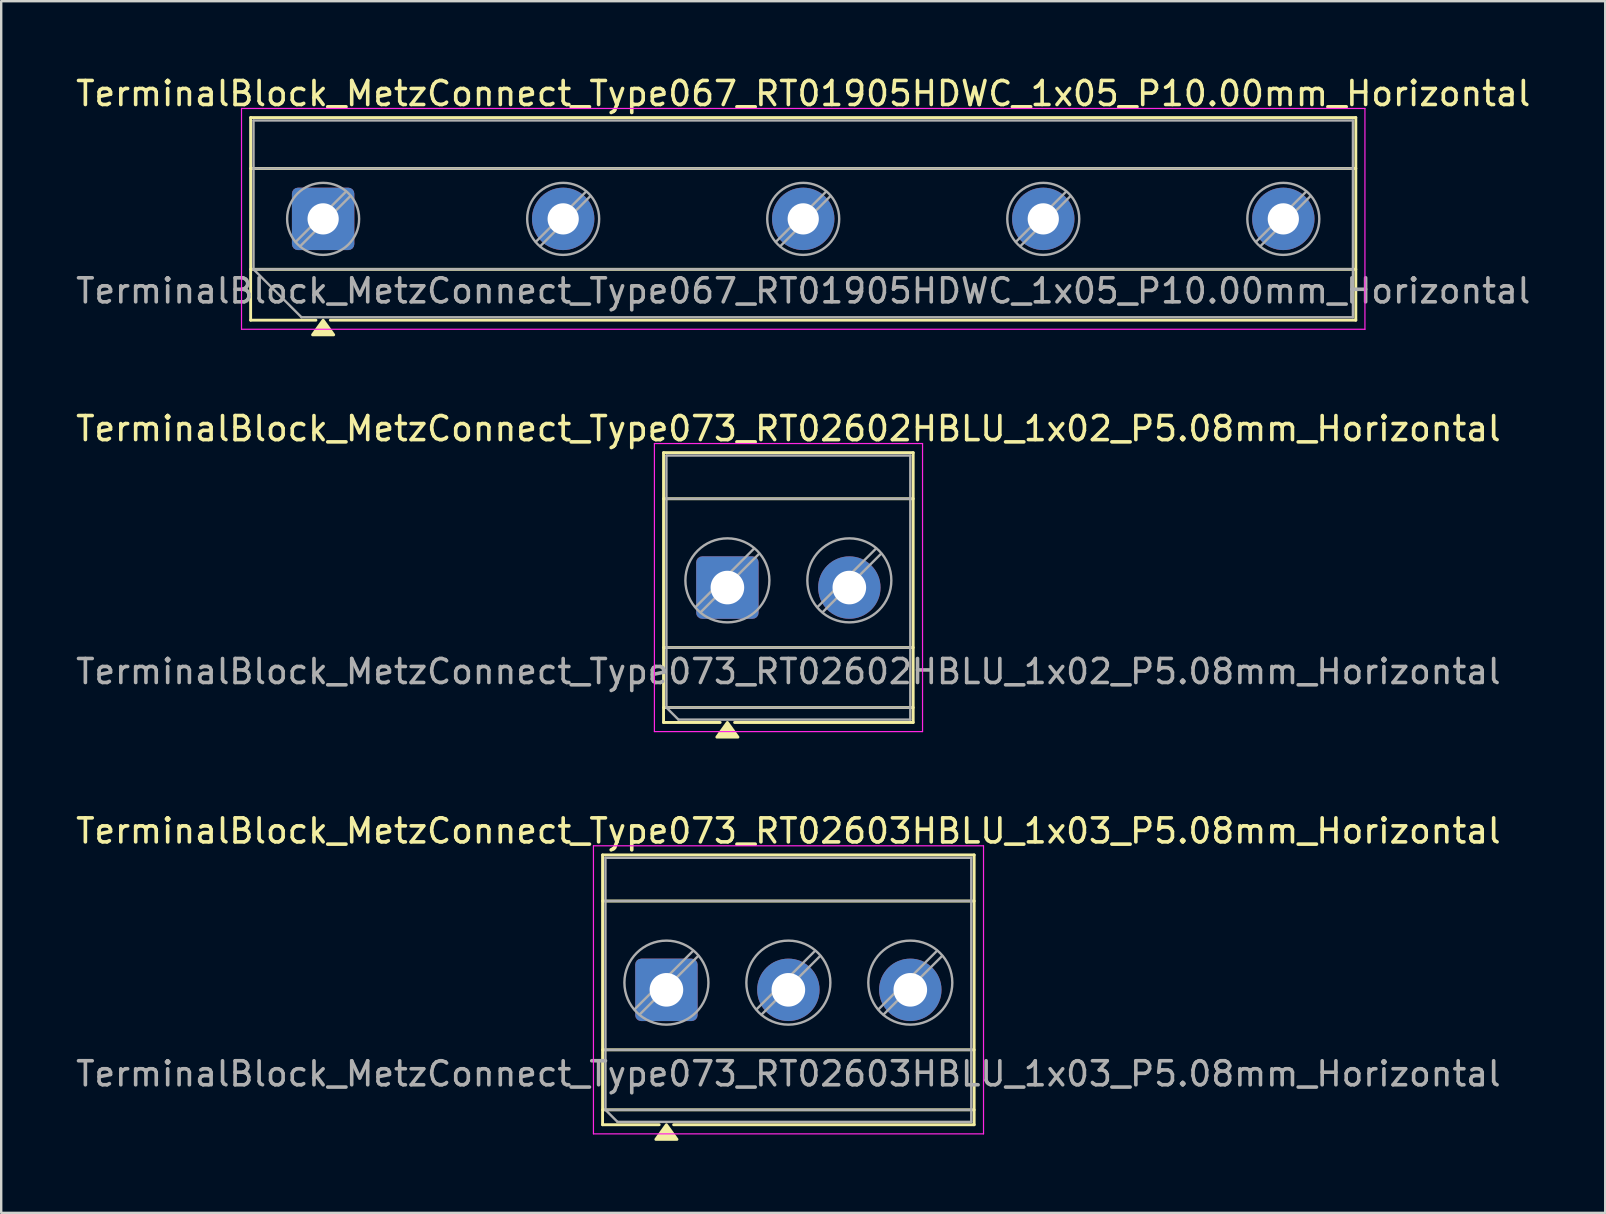
<source format=kicad_pcb>
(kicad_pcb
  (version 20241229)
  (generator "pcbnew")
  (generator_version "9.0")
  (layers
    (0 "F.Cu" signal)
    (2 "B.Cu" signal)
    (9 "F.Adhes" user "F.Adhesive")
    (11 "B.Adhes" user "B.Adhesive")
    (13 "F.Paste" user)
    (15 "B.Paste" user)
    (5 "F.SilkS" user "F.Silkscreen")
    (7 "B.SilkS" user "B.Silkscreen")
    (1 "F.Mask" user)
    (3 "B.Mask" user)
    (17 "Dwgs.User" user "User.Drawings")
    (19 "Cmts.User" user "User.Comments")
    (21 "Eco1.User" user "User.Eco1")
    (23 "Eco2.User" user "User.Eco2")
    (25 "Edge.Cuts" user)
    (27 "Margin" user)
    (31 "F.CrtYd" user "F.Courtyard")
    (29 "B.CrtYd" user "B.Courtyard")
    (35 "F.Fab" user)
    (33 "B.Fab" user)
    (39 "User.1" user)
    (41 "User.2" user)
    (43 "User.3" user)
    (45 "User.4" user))
  (footprint "TerminalBlock_MetzConnect_Type073_RT02603HBLU_1x03_P5.08mm_Horizontal"
    (layer "F.Cu")
    (at 24.712 38.185)
    (property "Reference" "TerminalBlock_MetzConnect_Type073_RT02603HBLU_1x03_P5.08mm_Horizontal" (at 5.08 -6.62 0) (layer "F.SilkS") (effects (font (size 1 1) (thickness 0.15))))
    (attr through_hole)
    (fp_line (start -2.66 -5.62) (end -2.66 5.62) (stroke (width 0.12) (type solid)) (layer "F.SilkS"))
    (fp_line (start -2.66 -5.62) (end 12.82 -5.62) (stroke (width 0.12) (type solid)) (layer "F.SilkS"))
    (fp_line (start -2.66 -3.7) (end 12.82 -3.7) (stroke (width 0.12) (type solid)) (layer "F.SilkS"))
    (fp_line (start -2.66 2.5) (end 12.82 2.5) (stroke (width 0.12) (type solid)) (layer "F.SilkS"))
    (fp_line (start -2.66 5) (end 12.82 5) (stroke (width 0.12) (type solid)) (layer "F.SilkS"))
    (fp_line (start -2.66 5.62) (end -0.3 5.62) (stroke (width 0.12) (type solid)) (layer "F.SilkS"))
    (fp_line (start 0.3 5.62) (end 12.82 5.62) (stroke (width 0.12) (type solid)) (layer "F.SilkS"))
    (fp_line (start 12.82 -5.62) (end 12.82 5.62) (stroke (width 0.12) (type solid)) (layer "F.SilkS"))
    (fp_poly (pts (xy 0 5.62) (xy 0.44 6.23) (xy -0.44 6.23)) (stroke (width 0.12) (type solid)) (fill yes) (layer "F.SilkS"))
    (fp_line (start -3.04 -6) (end -3.04 6) (stroke (width 0.05) (type solid)) (layer "F.CrtYd"))
    (fp_line (start -3.04 6) (end 13.21 6) (stroke (width 0.05) (type solid)) (layer "F.CrtYd"))
    (fp_line (start 13.21 -6) (end -3.04 -6) (stroke (width 0.05) (type solid)) (layer "F.CrtYd"))
    (fp_line (start 13.21 6) (end 13.21 -6) (stroke (width 0.05) (type solid)) (layer "F.CrtYd"))
    (fp_line (start -2.54 -5.5) (end 12.7 -5.5) (stroke (width 0.1) (type solid)) (layer "F.Fab"))
    (fp_line (start -2.54 -3.7) (end 12.7 -3.7) (stroke (width 0.1) (type solid)) (layer "F.Fab"))
    (fp_line (start -2.54 2.5) (end 12.7 2.5) (stroke (width 0.1) (type solid)) (layer "F.Fab"))
    (fp_line (start -2.54 5) (end -2.54 -5.5) (stroke (width 0.1) (type solid)) (layer "F.Fab"))
    (fp_line (start -2.54 5) (end 12.7 5) (stroke (width 0.1) (type solid)) (layer "F.Fab"))
    (fp_line (start -2.04 5.5) (end -2.54 5) (stroke (width 0.1) (type solid)) (layer "F.Fab"))
    (fp_line (start 1.114 -1.627) (end -1.327 0.813) (stroke (width 0.1) (type solid)) (layer "F.Fab"))
    (fp_line (start 1.327 -1.414) (end -1.114 1.027) (stroke (width 0.1) (type solid)) (layer "F.Fab"))
    (fp_line (start 6.194 -1.627) (end 3.753 0.813) (stroke (width 0.1) (type solid)) (layer "F.Fab"))
    (fp_line (start 6.407 -1.414) (end 3.966 1.027) (stroke (width 0.1) (type solid)) (layer "F.Fab"))
    (fp_line (start 11.274 -1.627) (end 8.833 0.813) (stroke (width 0.1) (type solid)) (layer "F.Fab"))
    (fp_line (start 11.487 -1.414) (end 9.046 1.027) (stroke (width 0.1) (type solid)) (layer "F.Fab"))
    (fp_line (start 12.7 -5.5) (end 12.7 5.5) (stroke (width 0.1) (type solid)) (layer "F.Fab"))
    (fp_line (start 12.7 5.5) (end -2.04 5.5) (stroke (width 0.1) (type solid)) (layer "F.Fab"))
    (fp_circle (center 0 -0.3) (end 1.75 -0.3) (stroke (width 0.1) (type solid)) (fill no) (layer "F.Fab"))
    (fp_circle (center 5.08 -0.3) (end 6.83 -0.3) (stroke (width 0.1) (type solid)) (fill no) (layer "F.Fab"))
    (fp_circle (center 10.16 -0.3) (end 11.91 -0.3) (stroke (width 0.1) (type solid)) (fill no) (layer "F.Fab"))
    (fp_text user "${REFERENCE}" (at 5.08 3.5 0) (layer "F.Fab") (effects (font (size 1 1) (thickness 0.15))))
    (pad "1" thru_hole roundrect (at 0 0) (size 2.6 2.6) (drill 1.4) (layers "*.Cu" "*.Mask") (roundrect_rratio 0.096))
    (pad "2" thru_hole circle (at 5.08 0) (size 2.6 2.6) (drill 1.4) (layers "*.Cu" "*.Mask"))
    (pad "3" thru_hole circle (at 10.16 0) (size 2.6 2.6) (drill 1.4) (layers "*.Cu" "*.Mask")))
  (footprint "TerminalBlock_MetzConnect_Type073_RT02602HBLU_1x02_P5.08mm_Horizontal"
    (layer "F.Cu")
    (at 27.252 21.427)
    (property "Reference" "TerminalBlock_MetzConnect_Type073_RT02602HBLU_1x02_P5.08mm_Horizontal" (at 2.54 -6.62 0) (layer "F.SilkS") (effects (font (size 1 1) (thickness 0.15))))
    (attr through_hole)
    (fp_line (start -2.66 -5.62) (end -2.66 5.62) (stroke (width 0.12) (type solid)) (layer "F.SilkS"))
    (fp_line (start -2.66 -5.62) (end 7.74 -5.62) (stroke (width 0.12) (type solid)) (layer "F.SilkS"))
    (fp_line (start -2.66 -3.7) (end 7.74 -3.7) (stroke (width 0.12) (type solid)) (layer "F.SilkS"))
    (fp_line (start -2.66 2.5) (end 7.74 2.5) (stroke (width 0.12) (type solid)) (layer "F.SilkS"))
    (fp_line (start -2.66 5) (end 7.74 5) (stroke (width 0.12) (type solid)) (layer "F.SilkS"))
    (fp_line (start -2.66 5.62) (end -0.3 5.62) (stroke (width 0.12) (type solid)) (layer "F.SilkS"))
    (fp_line (start 0.3 5.62) (end 7.74 5.62) (stroke (width 0.12) (type solid)) (layer "F.SilkS"))
    (fp_line (start 7.74 -5.62) (end 7.74 5.62) (stroke (width 0.12) (type solid)) (layer "F.SilkS"))
    (fp_poly (pts (xy 0 5.62) (xy 0.44 6.23) (xy -0.44 6.23)) (stroke (width 0.12) (type solid)) (fill yes) (layer "F.SilkS"))
    (fp_line (start -3.04 -6) (end -3.04 6) (stroke (width 0.05) (type solid)) (layer "F.CrtYd"))
    (fp_line (start -3.04 6) (end 8.13 6) (stroke (width 0.05) (type solid)) (layer "F.CrtYd"))
    (fp_line (start 8.13 -6) (end -3.04 -6) (stroke (width 0.05) (type solid)) (layer "F.CrtYd"))
    (fp_line (start 8.13 6) (end 8.13 -6) (stroke (width 0.05) (type solid)) (layer "F.CrtYd"))
    (fp_line (start -2.54 -5.5) (end 7.62 -5.5) (stroke (width 0.1) (type solid)) (layer "F.Fab"))
    (fp_line (start -2.54 -3.7) (end 7.62 -3.7) (stroke (width 0.1) (type solid)) (layer "F.Fab"))
    (fp_line (start -2.54 2.5) (end 7.62 2.5) (stroke (width 0.1) (type solid)) (layer "F.Fab"))
    (fp_line (start -2.54 5) (end -2.54 -5.5) (stroke (width 0.1) (type solid)) (layer "F.Fab"))
    (fp_line (start -2.54 5) (end 7.62 5) (stroke (width 0.1) (type solid)) (layer "F.Fab"))
    (fp_line (start -2.04 5.5) (end -2.54 5) (stroke (width 0.1) (type solid)) (layer "F.Fab"))
    (fp_line (start 1.114 -1.627) (end -1.327 0.813) (stroke (width 0.1) (type solid)) (layer "F.Fab"))
    (fp_line (start 1.327 -1.414) (end -1.114 1.027) (stroke (width 0.1) (type solid)) (layer "F.Fab"))
    (fp_line (start 6.194 -1.627) (end 3.753 0.813) (stroke (width 0.1) (type solid)) (layer "F.Fab"))
    (fp_line (start 6.407 -1.414) (end 3.966 1.027) (stroke (width 0.1) (type solid)) (layer "F.Fab"))
    (fp_line (start 7.62 -5.5) (end 7.62 5.5) (stroke (width 0.1) (type solid)) (layer "F.Fab"))
    (fp_line (start 7.62 5.5) (end -2.04 5.5) (stroke (width 0.1) (type solid)) (layer "F.Fab"))
    (fp_circle (center 0 -0.3) (end 1.75 -0.3) (stroke (width 0.1) (type solid)) (fill no) (layer "F.Fab"))
    (fp_circle (center 5.08 -0.3) (end 6.83 -0.3) (stroke (width 0.1) (type solid)) (fill no) (layer "F.Fab"))
    (fp_text user "${REFERENCE}" (at 2.54 3.5 0) (layer "F.Fab") (effects (font (size 1 1) (thickness 0.15))))
    (pad "1" thru_hole roundrect (at 0 0) (size 2.6 2.6) (drill 1.4) (layers "*.Cu" "*.Mask") (roundrect_rratio 0.096))
    (pad "2" thru_hole circle (at 5.08 0) (size 2.6 2.6) (drill 1.4) (layers "*.Cu" "*.Mask")))
  (footprint "TerminalBlock_MetzConnect_Type067_RT01905HDWC_1x05_P10.00mm_Horizontal"
    (layer "F.Cu")
    (at 10.411 6.068)
    (property "Reference" "TerminalBlock_MetzConnect_Type067_RT01905HDWC_1x05_P10.00mm_Horizontal" (at 20 -5.22 0) (layer "F.SilkS") (effects (font (size 1 1) (thickness 0.15))))
    (attr through_hole)
    (fp_line (start -3.02 -4.22) (end -3.02 4.22) (stroke (width 0.12) (type solid)) (layer "F.SilkS"))
    (fp_line (start -3.02 -4.22) (end 43.02 -4.22) (stroke (width 0.12) (type solid)) (layer "F.SilkS"))
    (fp_line (start -3.02 -2.1) (end 43.02 -2.1) (stroke (width 0.12) (type solid)) (layer "F.SilkS"))
    (fp_line (start -3.02 2.1) (end 43.02 2.1) (stroke (width 0.12) (type solid)) (layer "F.SilkS"))
    (fp_line (start -3.02 4.22) (end -0.3 4.22) (stroke (width 0.12) (type solid)) (layer "F.SilkS"))
    (fp_line (start 0.3 4.22) (end 43.02 4.22) (stroke (width 0.12) (type solid)) (layer "F.SilkS"))
    (fp_line (start 43.02 -4.22) (end 43.02 4.22) (stroke (width 0.12) (type solid)) (layer "F.SilkS"))
    (fp_poly (pts (xy 0 4.22) (xy 0.44 4.83) (xy -0.44 4.83)) (stroke (width 0.12) (type solid)) (fill yes) (layer "F.SilkS"))
    (fp_line (start -3.4 -4.6) (end -3.4 4.6) (stroke (width 0.05) (type solid)) (layer "F.CrtYd"))
    (fp_line (start -3.4 4.6) (end 43.4 4.6) (stroke (width 0.05) (type solid)) (layer "F.CrtYd"))
    (fp_line (start 43.4 -4.6) (end -3.4 -4.6) (stroke (width 0.05) (type solid)) (layer "F.CrtYd"))
    (fp_line (start 43.4 4.6) (end 43.4 -4.6) (stroke (width 0.05) (type solid)) (layer "F.CrtYd"))
    (fp_line (start -2.9 -4.1) (end 42.9 -4.1) (stroke (width 0.1) (type solid)) (layer "F.Fab"))
    (fp_line (start -2.9 -2.1) (end 42.9 -2.1) (stroke (width 0.1) (type solid)) (layer "F.Fab"))
    (fp_line (start -2.9 2.1) (end -2.9 -4.1) (stroke (width 0.1) (type solid)) (layer "F.Fab"))
    (fp_line (start -2.9 2.1) (end 42.9 2.1) (stroke (width 0.1) (type solid)) (layer "F.Fab"))
    (fp_line (start -0.9 4.1) (end -2.9 2.1) (stroke (width 0.1) (type solid)) (layer "F.Fab"))
    (fp_line (start 0.955 -1.138) (end -1.138 0.954) (stroke (width 0.1) (type solid)) (layer "F.Fab"))
    (fp_line (start 1.138 -0.954) (end -0.955 1.137) (stroke (width 0.1) (type solid)) (layer "F.Fab"))
    (fp_line (start 10.955 -1.138) (end 8.862 0.954) (stroke (width 0.1) (type solid)) (layer "F.Fab"))
    (fp_line (start 11.138 -0.954) (end 9.045 1.137) (stroke (width 0.1) (type solid)) (layer "F.Fab"))
    (fp_line (start 20.955 -1.138) (end 18.862 0.954) (stroke (width 0.1) (type solid)) (layer "F.Fab"))
    (fp_line (start 21.138 -0.954) (end 19.045 1.137) (stroke (width 0.1) (type solid)) (layer "F.Fab"))
    (fp_line (start 30.955 -1.138) (end 28.862 0.954) (stroke (width 0.1) (type solid)) (layer "F.Fab"))
    (fp_line (start 31.138 -0.954) (end 29.045 1.137) (stroke (width 0.1) (type solid)) (layer "F.Fab"))
    (fp_line (start 40.955 -1.138) (end 38.862 0.954) (stroke (width 0.1) (type solid)) (layer "F.Fab"))
    (fp_line (start 41.138 -0.954) (end 39.045 1.137) (stroke (width 0.1) (type solid)) (layer "F.Fab"))
    (fp_line (start 42.9 -4.1) (end 42.9 4.1) (stroke (width 0.1) (type solid)) (layer "F.Fab"))
    (fp_line (start 42.9 4.1) (end -0.9 4.1) (stroke (width 0.1) (type solid)) (layer "F.Fab"))
    (fp_circle (center 0 0) (end 1.5 0) (stroke (width 0.1) (type solid)) (fill no) (layer "F.Fab"))
    (fp_circle (center 10 0) (end 11.5 0) (stroke (width 0.1) (type solid)) (fill no) (layer "F.Fab"))
    (fp_circle (center 20 0) (end 21.5 0) (stroke (width 0.1) (type solid)) (fill no) (layer "F.Fab"))
    (fp_circle (center 30 0) (end 31.5 0) (stroke (width 0.1) (type solid)) (fill no) (layer "F.Fab"))
    (fp_circle (center 40 0) (end 41.5 0) (stroke (width 0.1) (type solid)) (fill no) (layer "F.Fab"))
    (fp_text user "${REFERENCE}" (at 20 3 0) (layer "F.Fab") (effects (font (size 1 1) (thickness 0.15))))
    (pad "1" thru_hole roundrect (at 0 0) (size 2.6 2.6) (drill 1.3) (layers "*.Cu" "*.Mask") (roundrect_rratio 0.096))
    (pad "2" thru_hole circle (at 10 0) (size 2.6 2.6) (drill 1.3) (layers "*.Cu" "*.Mask"))
    (pad "3" thru_hole circle (at 20 0) (size 2.6 2.6) (drill 1.3) (layers "*.Cu" "*.Mask"))
    (pad "4" thru_hole circle (at 30 0) (size 2.6 2.6) (drill 1.3) (layers "*.Cu" "*.Mask"))
    (pad "5" thru_hole circle (at 40 0) (size 2.6 2.6) (drill 1.3) (layers "*.Cu" "*.Mask")))
  (gr_rect
    (start -3 -3)
    (end 63.821 47.475)
    (stroke (width 0.1) (type default))
    (fill no)
    (layer "Edge.Cuts")))
</source>
